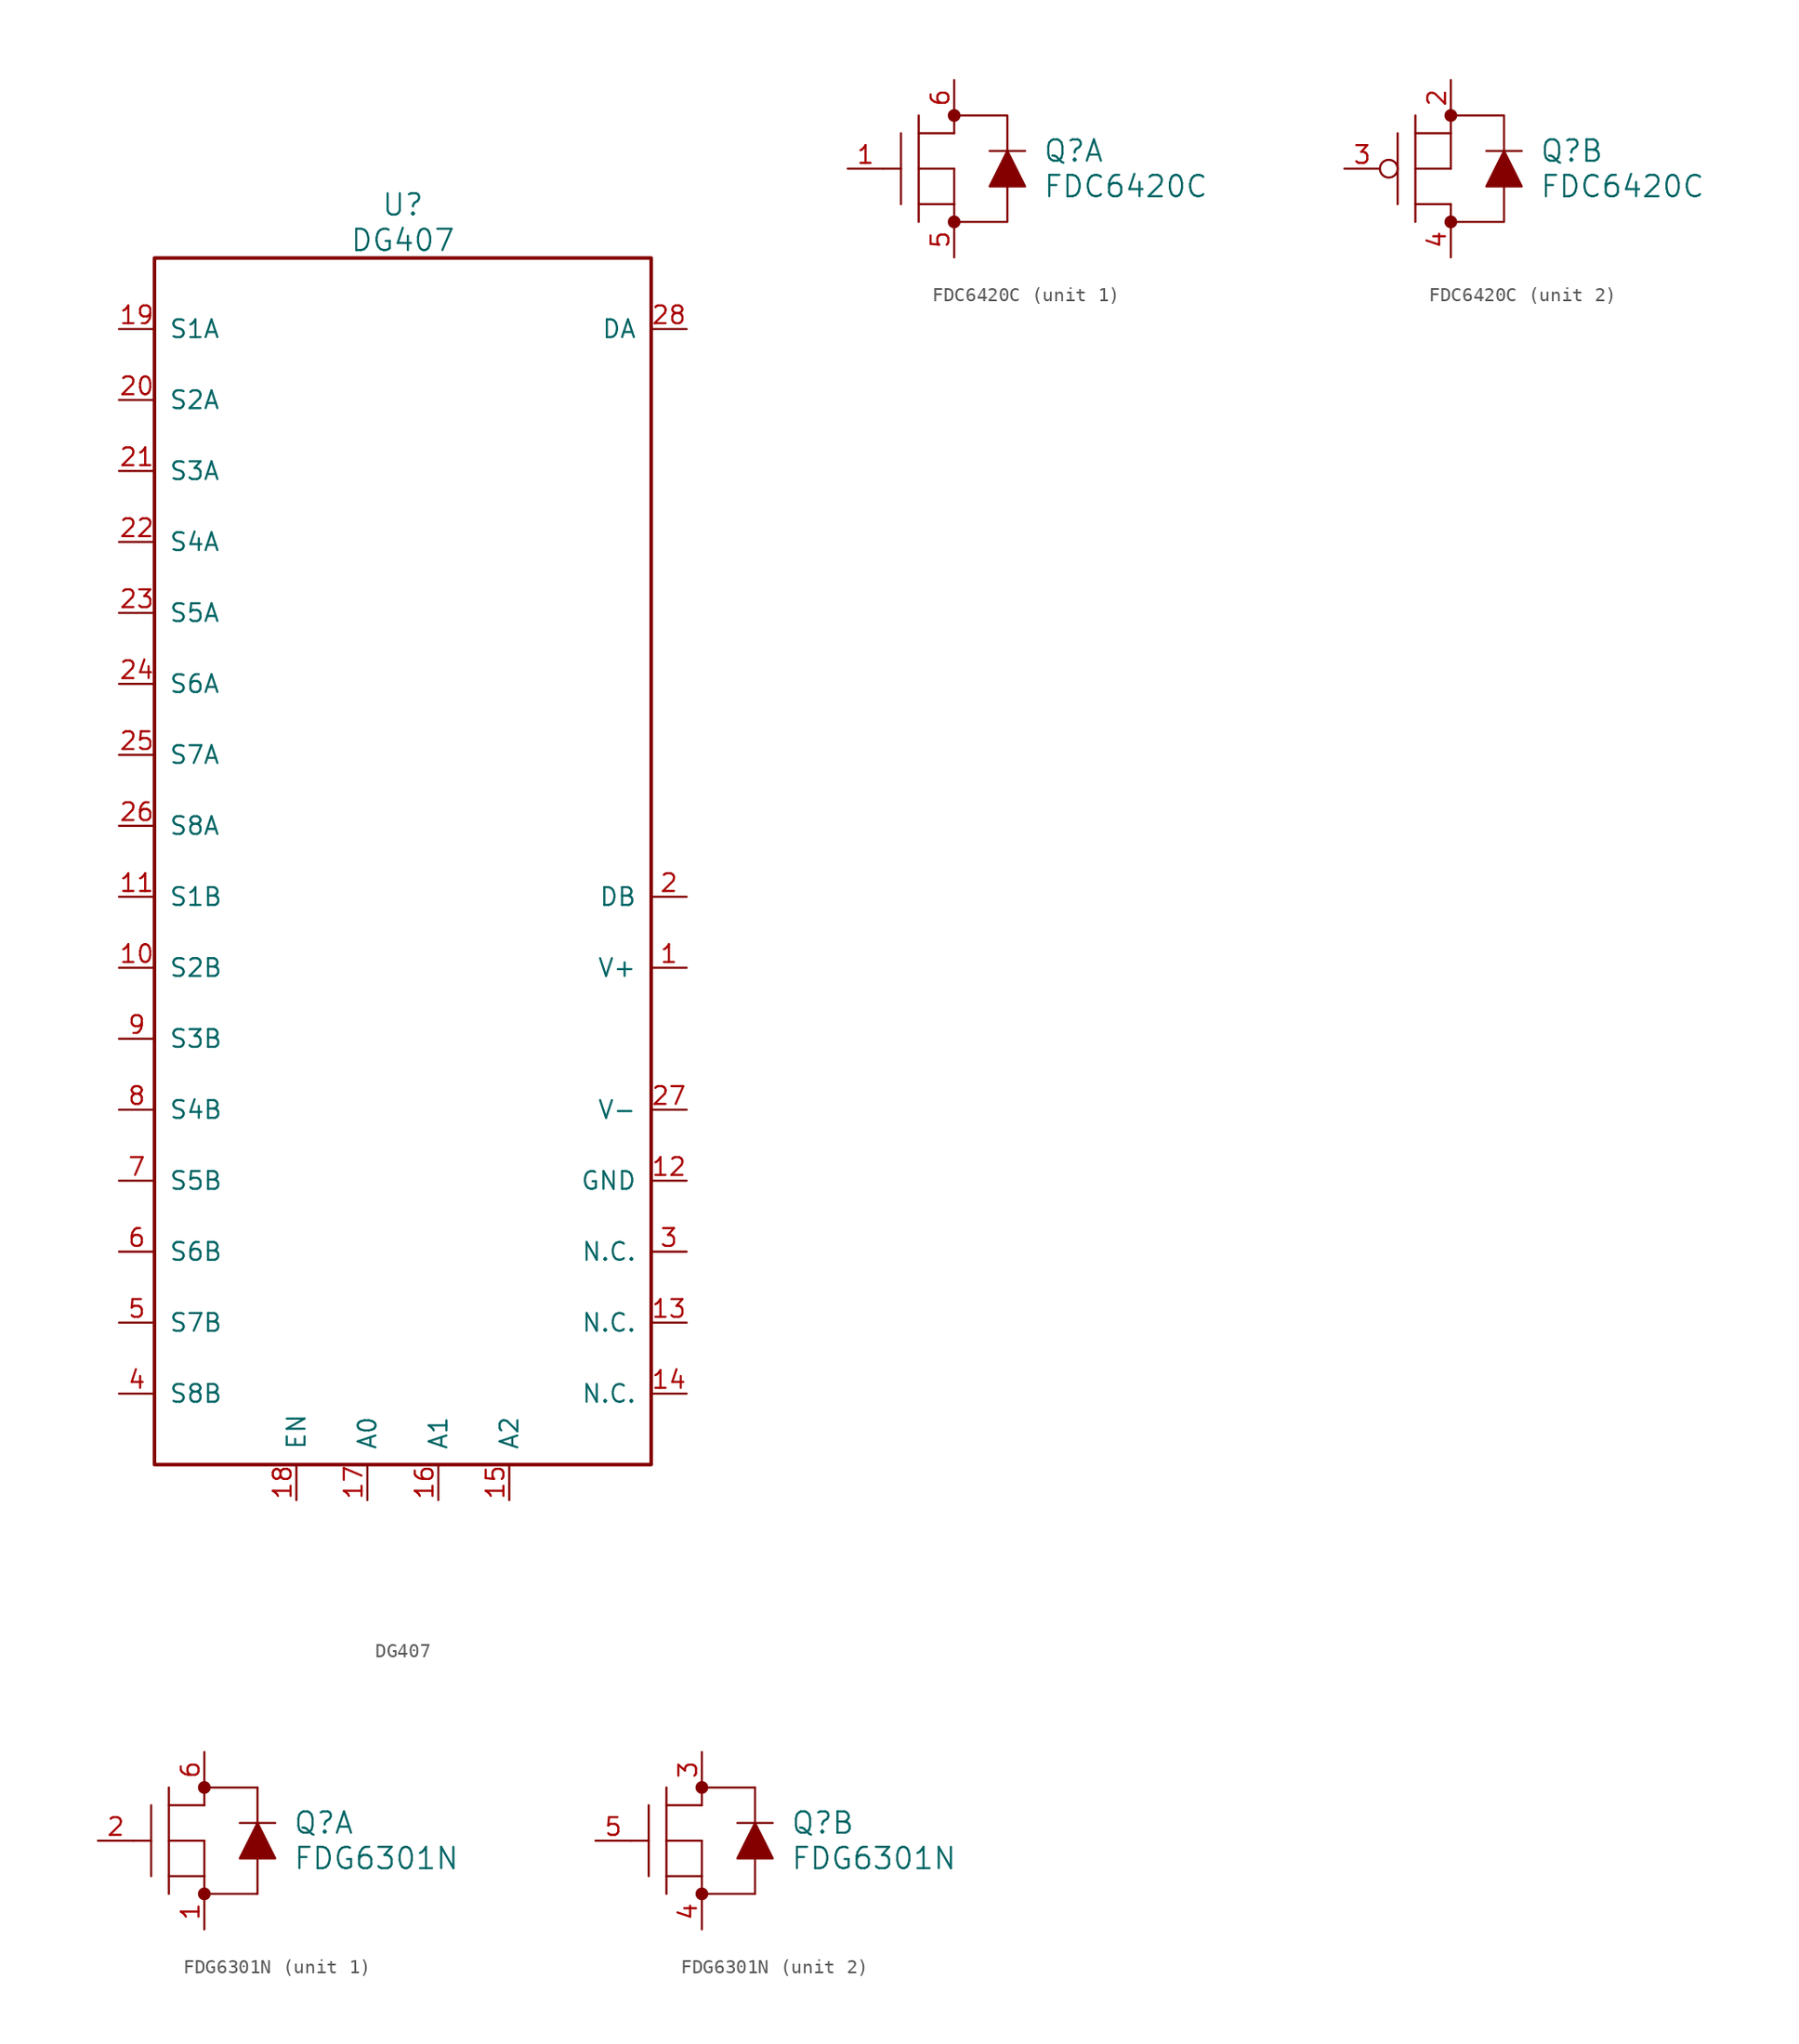
<source format=kicad_sym>
(kicad_symbol_lib
  (version 20211014)
  (generator kicad_symbol_editor)
  (symbol "DG407"
    (pin_names
      (offset 1.016))
    (property "Reference" "U"
      (at 0 46.99 0)
      (effects (font (size 1.524 1.524))))
    (property "Value" "DG407"
      (at 0 44.45 0)
      (effects (font (size 1.524 1.524))))
    (symbol "DG407_0_1"
      (rectangle (start -17.78 -43.18) (end 17.78 43.18) (stroke (width 0.254) (type default) (color 0 0 0 0)) (fill (type none))))
    (symbol "DG407_1_1"
      (pin input line (at 20.32 -7.62 180) (length 2.54) (name "V+" (effects (font (size 1.27 1.27)))) (number "1" (effects (font (size 1.27 1.27)))))
      (pin input line (at -20.32 -7.62 0) (length 2.54) (name "S2B" (effects (font (size 1.27 1.27)))) (number "10" (effects (font (size 1.27 1.27)))))
      (pin input line (at -20.32 -2.54 0) (length 2.54) (name "S1B" (effects (font (size 1.27 1.27)))) (number "11" (effects (font (size 1.27 1.27)))))
      (pin input line (at 20.32 -22.86 180) (length 2.54) (name "GND" (effects (font (size 1.27 1.27)))) (number "12" (effects (font (size 1.27 1.27)))))
      (pin input line (at 20.32 -33.02 180) (length 2.54) (name "N.C." (effects (font (size 1.27 1.27)))) (number "13" (effects (font (size 1.27 1.27)))))
      (pin input line (at 20.32 -38.1 180) (length 2.54) (name "N.C." (effects (font (size 1.27 1.27)))) (number "14" (effects (font (size 1.27 1.27)))))
      (pin input line (at 7.62 -45.72 90) (length 2.54) (name "A2" (effects (font (size 1.27 1.27)))) (number "15" (effects (font (size 1.27 1.27)))))
      (pin input line (at 2.54 -45.72 90) (length 2.54) (name "A1" (effects (font (size 1.27 1.27)))) (number "16" (effects (font (size 1.27 1.27)))))
      (pin input line (at -2.54 -45.72 90) (length 2.54) (name "A0" (effects (font (size 1.27 1.27)))) (number "17" (effects (font (size 1.27 1.27)))))
      (pin input line (at -7.62 -45.72 90) (length 2.54) (name "EN" (effects (font (size 1.27 1.27)))) (number "18" (effects (font (size 1.27 1.27)))))
      (pin input line (at -20.32 38.1 0) (length 2.54) (name "S1A" (effects (font (size 1.27 1.27)))) (number "19" (effects (font (size 1.27 1.27)))))
      (pin input line (at 20.32 -2.54 180) (length 2.54) (name "DB" (effects (font (size 1.27 1.27)))) (number "2" (effects (font (size 1.27 1.27)))))
      (pin input line (at -20.32 33.02 0) (length 2.54) (name "S2A" (effects (font (size 1.27 1.27)))) (number "20" (effects (font (size 1.27 1.27)))))
      (pin input line (at -20.32 27.94 0) (length 2.54) (name "S3A" (effects (font (size 1.27 1.27)))) (number "21" (effects (font (size 1.27 1.27)))))
      (pin input line (at -20.32 22.86 0) (length 2.54) (name "S4A" (effects (font (size 1.27 1.27)))) (number "22" (effects (font (size 1.27 1.27)))))
      (pin input line (at -20.32 17.78 0) (length 2.54) (name "S5A" (effects (font (size 1.27 1.27)))) (number "23" (effects (font (size 1.27 1.27)))))
      (pin input line (at -20.32 12.7 0) (length 2.54) (name "S6A" (effects (font (size 1.27 1.27)))) (number "24" (effects (font (size 1.27 1.27)))))
      (pin input line (at -20.32 7.62 0) (length 2.54) (name "S7A" (effects (font (size 1.27 1.27)))) (number "25" (effects (font (size 1.27 1.27)))))
      (pin input line (at -20.32 2.54 0) (length 2.54) (name "S8A" (effects (font (size 1.27 1.27)))) (number "26" (effects (font (size 1.27 1.27)))))
      (pin input line (at 20.32 -17.78 180) (length 2.54) (name "V-" (effects (font (size 1.27 1.27)))) (number "27" (effects (font (size 1.27 1.27)))))
      (pin input line (at 20.32 38.1 180) (length 2.54) (name "DA" (effects (font (size 1.27 1.27)))) (number "28" (effects (font (size 1.27 1.27)))))
      (pin input line (at 20.32 -27.94 180) (length 2.54) (name "N.C." (effects (font (size 1.27 1.27)))) (number "3" (effects (font (size 1.27 1.27)))))
      (pin input line (at -20.32 -38.1 0) (length 2.54) (name "S8B" (effects (font (size 1.27 1.27)))) (number "4" (effects (font (size 1.27 1.27)))))
      (pin input line (at -20.32 -33.02 0) (length 2.54) (name "S7B" (effects (font (size 1.27 1.27)))) (number "5" (effects (font (size 1.27 1.27)))))
      (pin input line (at -20.32 -27.94 0) (length 2.54) (name "S6B" (effects (font (size 1.27 1.27)))) (number "6" (effects (font (size 1.27 1.27)))))
      (pin input line (at -20.32 -22.86 0) (length 2.54) (name "S5B" (effects (font (size 1.27 1.27)))) (number "7" (effects (font (size 1.27 1.27)))))
      (pin input line (at -20.32 -17.78 0) (length 2.54) (name "S4B" (effects (font (size 1.27 1.27)))) (number "8" (effects (font (size 1.27 1.27)))))
      (pin input line (at -20.32 -12.7 0) (length 2.54) (name "S3B" (effects (font (size 1.27 1.27)))) (number "9" (effects (font (size 1.27 1.27)))))))
  (symbol "FDC6420C"
    (pin_names
      (offset 1.016))
    (property "Reference" "Q"
      (at 6.35 1.27 0)
      (effects (font (size 1.524 1.524)) (justify left)))
    (property "Value" "FDC6420C"
      (at 6.35 -1.27 0)
      (effects (font (size 1.524 1.524)) (justify left)))
    (property "ki_locked" ""
      (at 0 0 0)
      (effects (font (size 1.27 1.27))))
    (symbol "FDC6420C_0_1"
      (circle (center 0 -3.81) (radius 0.381) (stroke (width 0) (type default) (color 0 0 0 0)) (fill (type outline)))
      (polyline (pts (xy -3.81 2.54) (xy -3.81 -2.54)) (stroke (width 0) (type default) (color 0 0 0 0)) (fill (type none)))
      (polyline (pts (xy -2.54 -2.54) (xy 0 -2.54)) (stroke (width 0) (type default) (color 0 0 0 0)) (fill (type none)))
      (polyline (pts (xy -2.54 0) (xy 0 0)) (stroke (width 0) (type default) (color 0 0 0 0)) (fill (type none)))
      (polyline (pts (xy -2.54 3.81) (xy -2.54 -3.81)) (stroke (width 0) (type default) (color 0 0 0 0)) (fill (type none)))
      (polyline (pts (xy 0 -2.54) (xy 0 -3.81)) (stroke (width 0) (type default) (color 0 0 0 0)) (fill (type none)))
      (polyline (pts (xy 0 2.54) (xy -2.54 2.54)) (stroke (width 0) (type default) (color 0 0 0 0)) (fill (type none)))
      (polyline (pts (xy 2.54 1.27) (xy 5.08 1.27)) (stroke (width 0) (type default) (color 0 0 0 0)) (fill (type none)))
      (polyline (pts (xy 0 -3.81) (xy 3.81 -3.81) (xy 3.81 -1.27)) (stroke (width 0) (type default) (color 0 0 0 0)) (fill (type none)))
      (polyline (pts (xy 0 2.54) (xy 0 3.81) (xy 3.81 3.81) (xy 3.81 1.27)) (stroke (width 0) (type default) (color 0 0 0 0)) (fill (type none)))
      (polyline (pts (xy 3.81 1.27) (xy 2.54 -1.27) (xy 5.08 -1.27) (xy 3.81 1.27)) (stroke (width 0) (type default) (color 0 0 0 0)) (fill (type outline)))
      (circle (center 0 3.81) (radius 0.381) (stroke (width 0) (type default) (color 0 0 0 0)) (fill (type outline))))
    (symbol "FDC6420C_1_1"
      (polyline (pts (xy -5.08 0) (xy -3.81 0)) (stroke (width 0) (type default) (color 0 0 0 0)) (fill (type none)))
      (polyline (pts (xy 0 0) (xy 0 -2.54)) (stroke (width 0) (type default) (color 0 0 0 0)) (fill (type none)))
      (pin input line (at -7.62 0 0) (length 2.54) (name "~" (effects (font (size 1.27 1.27)))) (number "1" (effects (font (size 1.27 1.27)))))
      (pin input line (at 0 -6.35 90) (length 2.54) (name "~" (effects (font (size 1.27 1.27)))) (number "5" (effects (font (size 1.27 1.27)))))
      (pin input line (at 0 6.35 270) (length 2.54) (name "~" (effects (font (size 1.27 1.27)))) (number "6" (effects (font (size 1.27 1.27))))))
    (symbol "FDC6420C_2_1"
      (circle (center -4.445 0) (radius 0.635) (stroke (width 0) (type default) (color 0 0 0 0)) (fill (type none)))
      (polyline (pts (xy 0 0) (xy 0 2.54)) (stroke (width 0) (type default) (color 0 0 0 0)) (fill (type none)))
      (pin input line (at 0 6.35 270) (length 2.54) (name "~" (effects (font (size 1.27 1.27)))) (number "2" (effects (font (size 1.27 1.27)))))
      (pin input line (at -7.62 0 0) (length 2.54) (name "~" (effects (font (size 1.27 1.27)))) (number "3" (effects (font (size 1.27 1.27)))))
      (pin input line (at 0 -6.35 90) (length 2.54) (name "~" (effects (font (size 1.27 1.27)))) (number "4" (effects (font (size 1.27 1.27)))))))
  (symbol "FDG6301N"
    (pin_names
      (offset 1.016))
    (property "Reference" "Q"
      (at 6.35 1.27 0)
      (effects (font (size 1.524 1.524)) (justify left)))
    (property "Value" "FDG6301N"
      (at 6.35 -1.27 0)
      (effects (font (size 1.524 1.524)) (justify left)))
    (property "ki_locked" ""
      (at 0 0 0)
      (effects (font (size 1.27 1.27))))
    (symbol "FDG6301N_0_1"
      (circle (center 0 -3.81) (radius 0.381) (stroke (width 0) (type default) (color 0 0 0 0)) (fill (type outline)))
      (polyline (pts (xy -3.81 0) (xy -5.08 0)) (stroke (width 0) (type default) (color 0 0 0 0)) (fill (type none)))
      (polyline (pts (xy -3.81 2.54) (xy -3.81 -2.54)) (stroke (width 0) (type default) (color 0 0 0 0)) (fill (type none)))
      (polyline (pts (xy -2.54 -2.54) (xy 0 -2.54)) (stroke (width 0) (type default) (color 0 0 0 0)) (fill (type none)))
      (polyline (pts (xy -2.54 0) (xy 0 0)) (stroke (width 0) (type default) (color 0 0 0 0)) (fill (type none)))
      (polyline (pts (xy -2.54 3.81) (xy -2.54 -3.81)) (stroke (width 0) (type default) (color 0 0 0 0)) (fill (type none)))
      (polyline (pts (xy 0 -2.54) (xy 0 -3.81)) (stroke (width 0) (type default) (color 0 0 0 0)) (fill (type none)))
      (polyline (pts (xy 0 0) (xy 0 -2.54)) (stroke (width 0) (type default) (color 0 0 0 0)) (fill (type none)))
      (polyline (pts (xy 0 2.54) (xy -2.54 2.54)) (stroke (width 0) (type default) (color 0 0 0 0)) (fill (type none)))
      (polyline (pts (xy 0 3.81) (xy 0 2.54)) (stroke (width 0) (type default) (color 0 0 0 0)) (fill (type none)))
      (polyline (pts (xy 0 3.81) (xy 3.81 3.81)) (stroke (width 0) (type default) (color 0 0 0 0)) (fill (type none)))
      (polyline (pts (xy 2.54 1.27) (xy 5.08 1.27)) (stroke (width 0) (type default) (color 0 0 0 0)) (fill (type none)))
      (polyline (pts (xy 3.81 -3.81) (xy 0 -3.81)) (stroke (width 0) (type default) (color 0 0 0 0)) (fill (type none)))
      (polyline (pts (xy 3.81 -1.27) (xy 3.81 -3.81)) (stroke (width 0) (type default) (color 0 0 0 0)) (fill (type none)))
      (polyline (pts (xy 3.81 3.81) (xy 3.81 1.27)) (stroke (width 0) (type default) (color 0 0 0 0)) (fill (type none)))
      (polyline (pts (xy 3.81 1.27) (xy 2.54 -1.27) (xy 5.08 -1.27) (xy 3.81 1.27)) (stroke (width 0) (type default) (color 0 0 0 0)) (fill (type outline)))
      (circle (center 0 3.81) (radius 0.381) (stroke (width 0) (type default) (color 0 0 0 0)) (fill (type outline))))
    (symbol "FDG6301N_1_1"
      (pin input line (at 0 -6.35 90) (length 2.54) (name "~" (effects (font (size 1.27 1.27)))) (number "1" (effects (font (size 1.27 1.27)))))
      (pin input line (at -7.62 0 0) (length 2.54) (name "~" (effects (font (size 1.27 1.27)))) (number "2" (effects (font (size 1.27 1.27)))))
      (pin input line (at 0 6.35 270) (length 2.54) (name "~" (effects (font (size 1.27 1.27)))) (number "6" (effects (font (size 1.27 1.27))))))
    (symbol "FDG6301N_2_1"
      (pin input line (at 0 6.35 270) (length 2.54) (name "~" (effects (font (size 1.27 1.27)))) (number "3" (effects (font (size 1.27 1.27)))))
      (pin input line (at 0 -6.35 90) (length 2.54) (name "~" (effects (font (size 1.27 1.27)))) (number "4" (effects (font (size 1.27 1.27)))))
      (pin input line (at -7.62 0 0) (length 2.54) (name "~" (effects (font (size 1.27 1.27)))) (number "5" (effects (font (size 1.27 1.27))))))))
</source>
